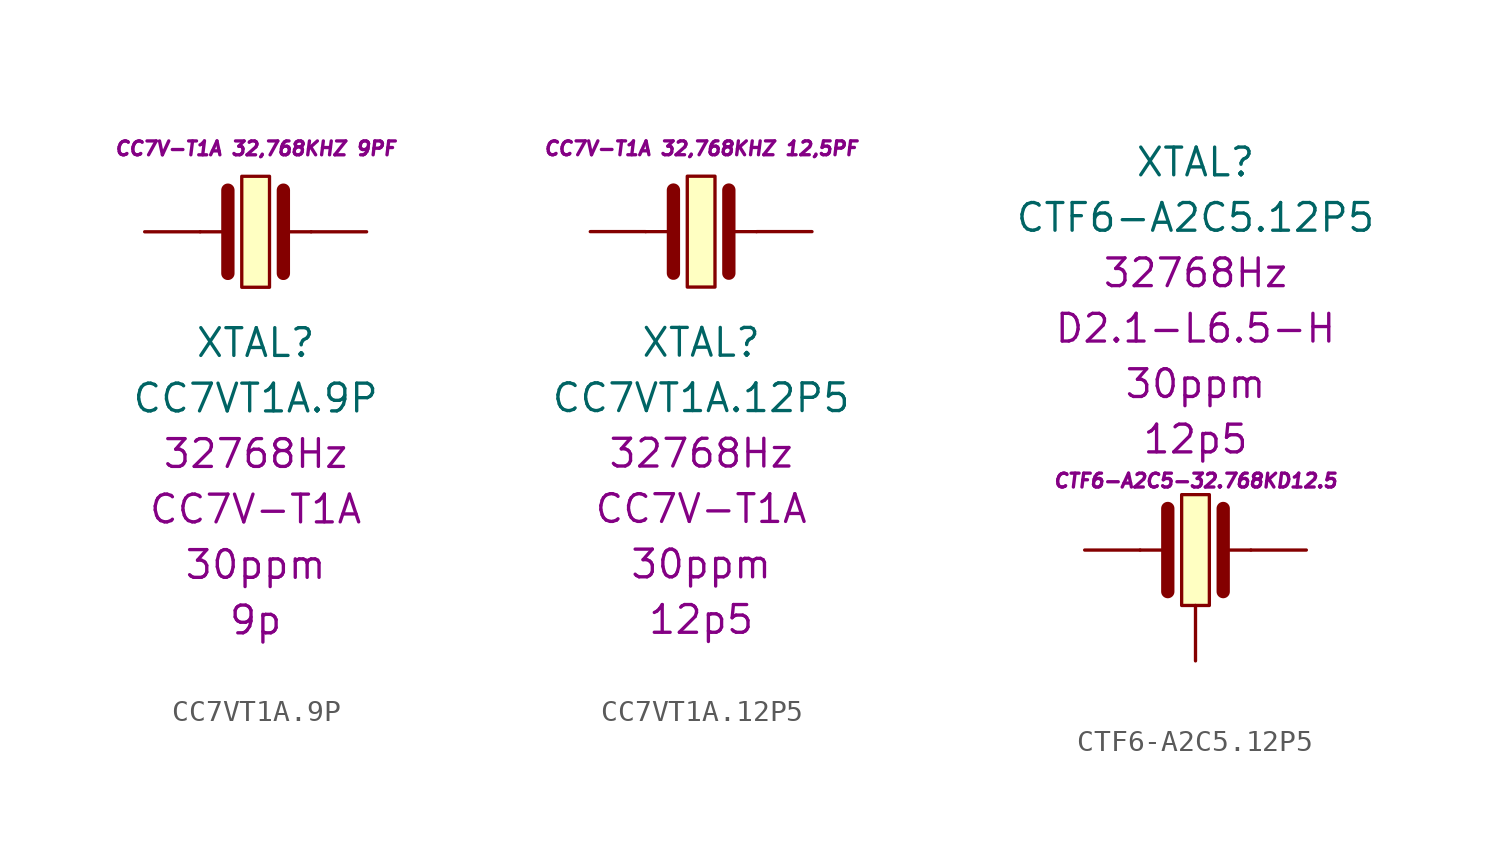
<source format=kicad_sym>
(kicad_symbol_lib
  (version 20231120)
  (generator "kicad_symbol_editor")
  (generator_version "8.0")
  (symbol "CC7VT1A.9P"
    (pin_numbers hide)
    (pin_names
      (offset 1.016) hide)
    (property "Reference" "XTAL"
      (at 0 -5.08 0)
      (effects (font (size 1.27 1.27))))
    (property "Value" "CC7VT1A.9P"
      (at 0 -7.62 0)
      (effects (font (size 1.27 1.27))))
    (property "Package" "CC7V-T1A"
      (at 0 -12.7 0)
      (effects (font (size 1.27 1.27))))
    (property "Frequency" "32768Hz"
      (at 0 -10.16 0)
      (effects (font (size 1.27 1.27))))
    (property "Tolerance" "30ppm"
      (at 0 -15.24 0)
      (effects (font (size 1.27 1.27))))
    (property "LoadCapacitance" "9p"
      (at 0 -17.78 0)
      (effects (font (size 1.27 1.27))))
    (property "MPN" "CC7V-T1A 32,768KHZ 9PF"
      (at 0 3.81 0)
      (effects (font (size 0.635 0.635) (italic yes))))
    (symbol "CC7VT1A.9P_0_1"
      (rectangle (start -0.635 2.54) (end 0.635 -2.54) (stroke (width 0.152) (type default)) (fill (type background)))
      (polyline (pts (xy -2.54 0) (xy -1.27 0)) (stroke (width 0.152) (type default)) (fill (type none)))
      (polyline (pts (xy -1.27 1.905) (xy -1.27 -1.905)) (stroke (width 0.61) (type default)) (fill (type none)))
      (polyline (pts (xy 1.27 0) (xy 2.54 0)) (stroke (width 0.152) (type default)) (fill (type none)))
      (polyline (pts (xy 1.27 1.905) (xy 1.27 -1.905)) (stroke (width 0.61) (type default)) (fill (type none))))
    (symbol "CC7VT1A.9P_1_1"
      (pin passive line (at -5.08 0 0) (length 2.54) (name "~" (effects (font (size 1.778 1.778)))) (number "1" (effects (font (size 1.778 1.778)))))
      (pin passive line (at 5.08 0 180) (length 2.54) (name "~" (effects (font (size 1.778 1.778)))) (number "2" (effects (font (size 1.778 1.778)))))))
  (symbol "CC7VT1A.12P5"
    (pin_numbers hide)
    (pin_names
      (offset 1.016) hide)
    (property "Reference" "XTAL"
      (at 0 -5.08 0)
      (effects (font (size 1.27 1.27))))
    (property "Value" "CC7VT1A.12P5"
      (at 0 -7.62 0)
      (effects (font (size 1.27 1.27))))
    (property "Package" "CC7V-T1A"
      (at 0 -12.7 0)
      (effects (font (size 1.27 1.27))))
    (property "Frequency" "32768Hz"
      (at 0 -10.16 0)
      (effects (font (size 1.27 1.27))))
    (property "Tolerance" "30ppm"
      (at 0 -15.24 0)
      (effects (font (size 1.27 1.27))))
    (property "LoadCapacitance" "12p5"
      (at 0 -17.78 0)
      (effects (font (size 1.27 1.27))))
    (property "MPN" "CC7V-T1A 32,768KHZ 12,5PF"
      (at 0 3.81 0)
      (effects (font (size 0.635 0.635) (italic yes))))
    (symbol "CC7VT1A.12P5_0_1"
      (rectangle (start -0.635 2.54) (end 0.635 -2.54) (stroke (width 0.152) (type default)) (fill (type background)))
      (polyline (pts (xy -2.54 0) (xy -1.27 0)) (stroke (width 0.152) (type default)) (fill (type none)))
      (polyline (pts (xy -1.27 1.905) (xy -1.27 -1.905)) (stroke (width 0.61) (type default)) (fill (type none)))
      (polyline (pts (xy 1.27 0) (xy 2.54 0)) (stroke (width 0.152) (type default)) (fill (type none)))
      (polyline (pts (xy 1.27 1.905) (xy 1.27 -1.905)) (stroke (width 0.61) (type default)) (fill (type none))))
    (symbol "CC7VT1A.12P5_1_1"
      (pin passive line (at -5.08 0 0) (length 2.54) (name "~" (effects (font (size 1.778 1.778)))) (number "1" (effects (font (size 1.778 1.778)))))
      (pin passive line (at 5.08 0 180) (length 2.54) (name "~" (effects (font (size 1.778 1.778)))) (number "2" (effects (font (size 1.778 1.778)))))))
  (symbol "CTF6-A2C5.12P5"
    (pin_numbers hide)
    (pin_names
      (offset 1.016) hide)
    (property "Reference" "XTAL"
      (at 0 17.78 0)
      (effects (font (size 1.27 1.27))))
    (property "Value" "CTF6-A2C5.12P5"
      (at 0 15.24 0)
      (effects (font (size 1.27 1.27))))
    (property "Package" "D2.1-L6.5-H"
      (at 0 10.16 0)
      (effects (font (size 1.27 1.27))))
    (property "Frequency" "32768Hz"
      (at 0 12.7 0)
      (effects (font (size 1.27 1.27))))
    (property "Tolerance" "30ppm"
      (at 0 7.62 0)
      (effects (font (size 1.27 1.27))))
    (property "LoadCapacitance" "12p5"
      (at 0 5.08 0)
      (effects (font (size 1.27 1.27))))
    (property "MPN" "CTF6-A2C5-32.768KD12.5"
      (at 0 3.175 0)
      (effects (font (size 0.635 0.635) (italic yes))))
    (symbol "CTF6-A2C5.12P5_0_1"
      (rectangle (start -0.635 2.54) (end 0.635 -2.54) (stroke (width 0.152) (type default)) (fill (type background)))
      (polyline (pts (xy -2.54 0) (xy -1.27 0)) (stroke (width 0.152) (type default)) (fill (type none)))
      (polyline (pts (xy -1.27 1.905) (xy -1.27 -1.905)) (stroke (width 0.61) (type default)) (fill (type none)))
      (polyline (pts (xy 1.27 0) (xy 2.54 0)) (stroke (width 0.152) (type default)) (fill (type none)))
      (polyline (pts (xy 1.27 1.905) (xy 1.27 -1.905)) (stroke (width 0.61) (type default)) (fill (type none))))
    (symbol "CTF6-A2C5.12P5_1_1"
      (pin passive line (at -5.08 0 0) (length 2.54) (name "~" (effects (font (size 1.778 1.778)))) (number "1" (effects (font (size 1.778 1.778)))))
      (pin passive line (at 5.08 0 180) (length 2.54) (name "~" (effects (font (size 1.778 1.778)))) (number "2" (effects (font (size 1.778 1.778)))))
      (pin passive line (at 0 -5.08 90) (length 2.54) (name "~" (effects (font (size 1.27 1.27)))) (number "3" (effects (font (size 1.27 1.27))))))))
</source>
